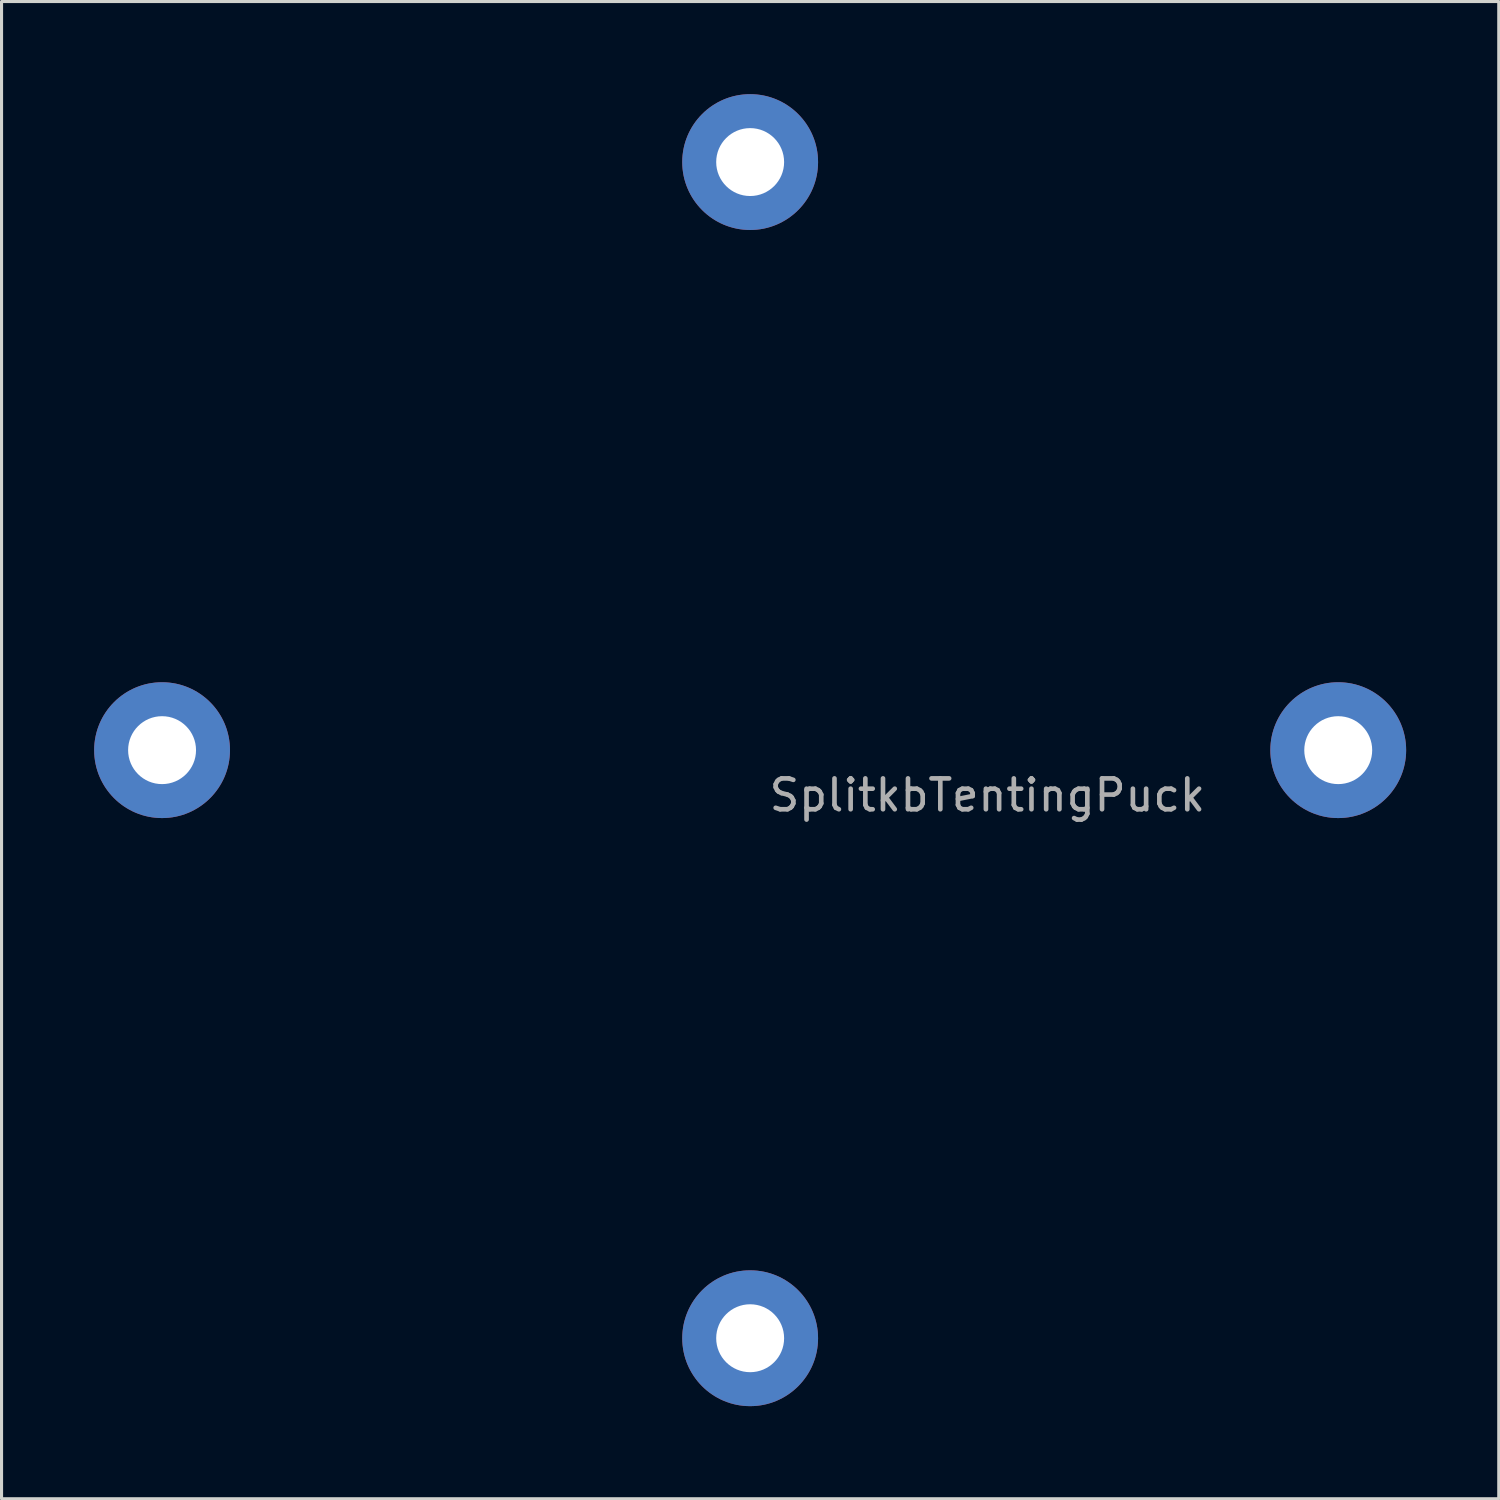
<source format=kicad_pcb>
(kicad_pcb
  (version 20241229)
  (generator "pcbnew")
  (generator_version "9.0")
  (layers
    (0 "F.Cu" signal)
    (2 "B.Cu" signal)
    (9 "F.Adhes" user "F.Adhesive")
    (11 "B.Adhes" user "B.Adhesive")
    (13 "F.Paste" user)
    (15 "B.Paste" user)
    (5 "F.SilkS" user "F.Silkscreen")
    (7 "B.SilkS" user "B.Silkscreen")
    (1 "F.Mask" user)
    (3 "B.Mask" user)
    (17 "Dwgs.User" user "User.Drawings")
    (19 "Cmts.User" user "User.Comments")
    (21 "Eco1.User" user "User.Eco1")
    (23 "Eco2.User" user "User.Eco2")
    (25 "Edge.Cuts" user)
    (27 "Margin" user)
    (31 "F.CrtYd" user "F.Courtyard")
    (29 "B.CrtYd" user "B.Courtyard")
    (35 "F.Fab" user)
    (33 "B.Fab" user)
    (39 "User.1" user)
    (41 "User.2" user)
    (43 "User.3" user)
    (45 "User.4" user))
  (footprint "SplitkbTentingPuck"
    (layer "F.Cu")
    (at 21.25 21.25)
    (property "Reference" "SplitkbTentingPuck" (at 7.684 1.46 0) (layer "F.Fab") (effects (font (size 1 1) (thickness 0.15))))
    (attr exclude_from_pos_files exclude_from_bom)
    (pad "1" thru_hole circle (at -19.05 0) (size 4.4 4.4) (drill 2.2) (layers "*.Cu" "*.Mask"))
    (pad "1" thru_hole circle (at 0 -19.05) (size 4.4 4.4) (drill 2.2) (layers "*.Cu" "*.Mask"))
    (pad "1" thru_hole circle (at 0 19.05) (size 4.4 4.4) (drill 2.2) (layers "*.Cu" "*.Mask"))
    (pad "1" thru_hole circle (at 19.05 0) (size 4.4 4.4) (drill 2.2) (layers "*.Cu" "*.Mask")))
  (gr_rect
    (start -3 -3)
    (end 45.5 45.5)
    (stroke (width 0.1) (type default))
    (fill no)
    (layer "Edge.Cuts")))
</source>
